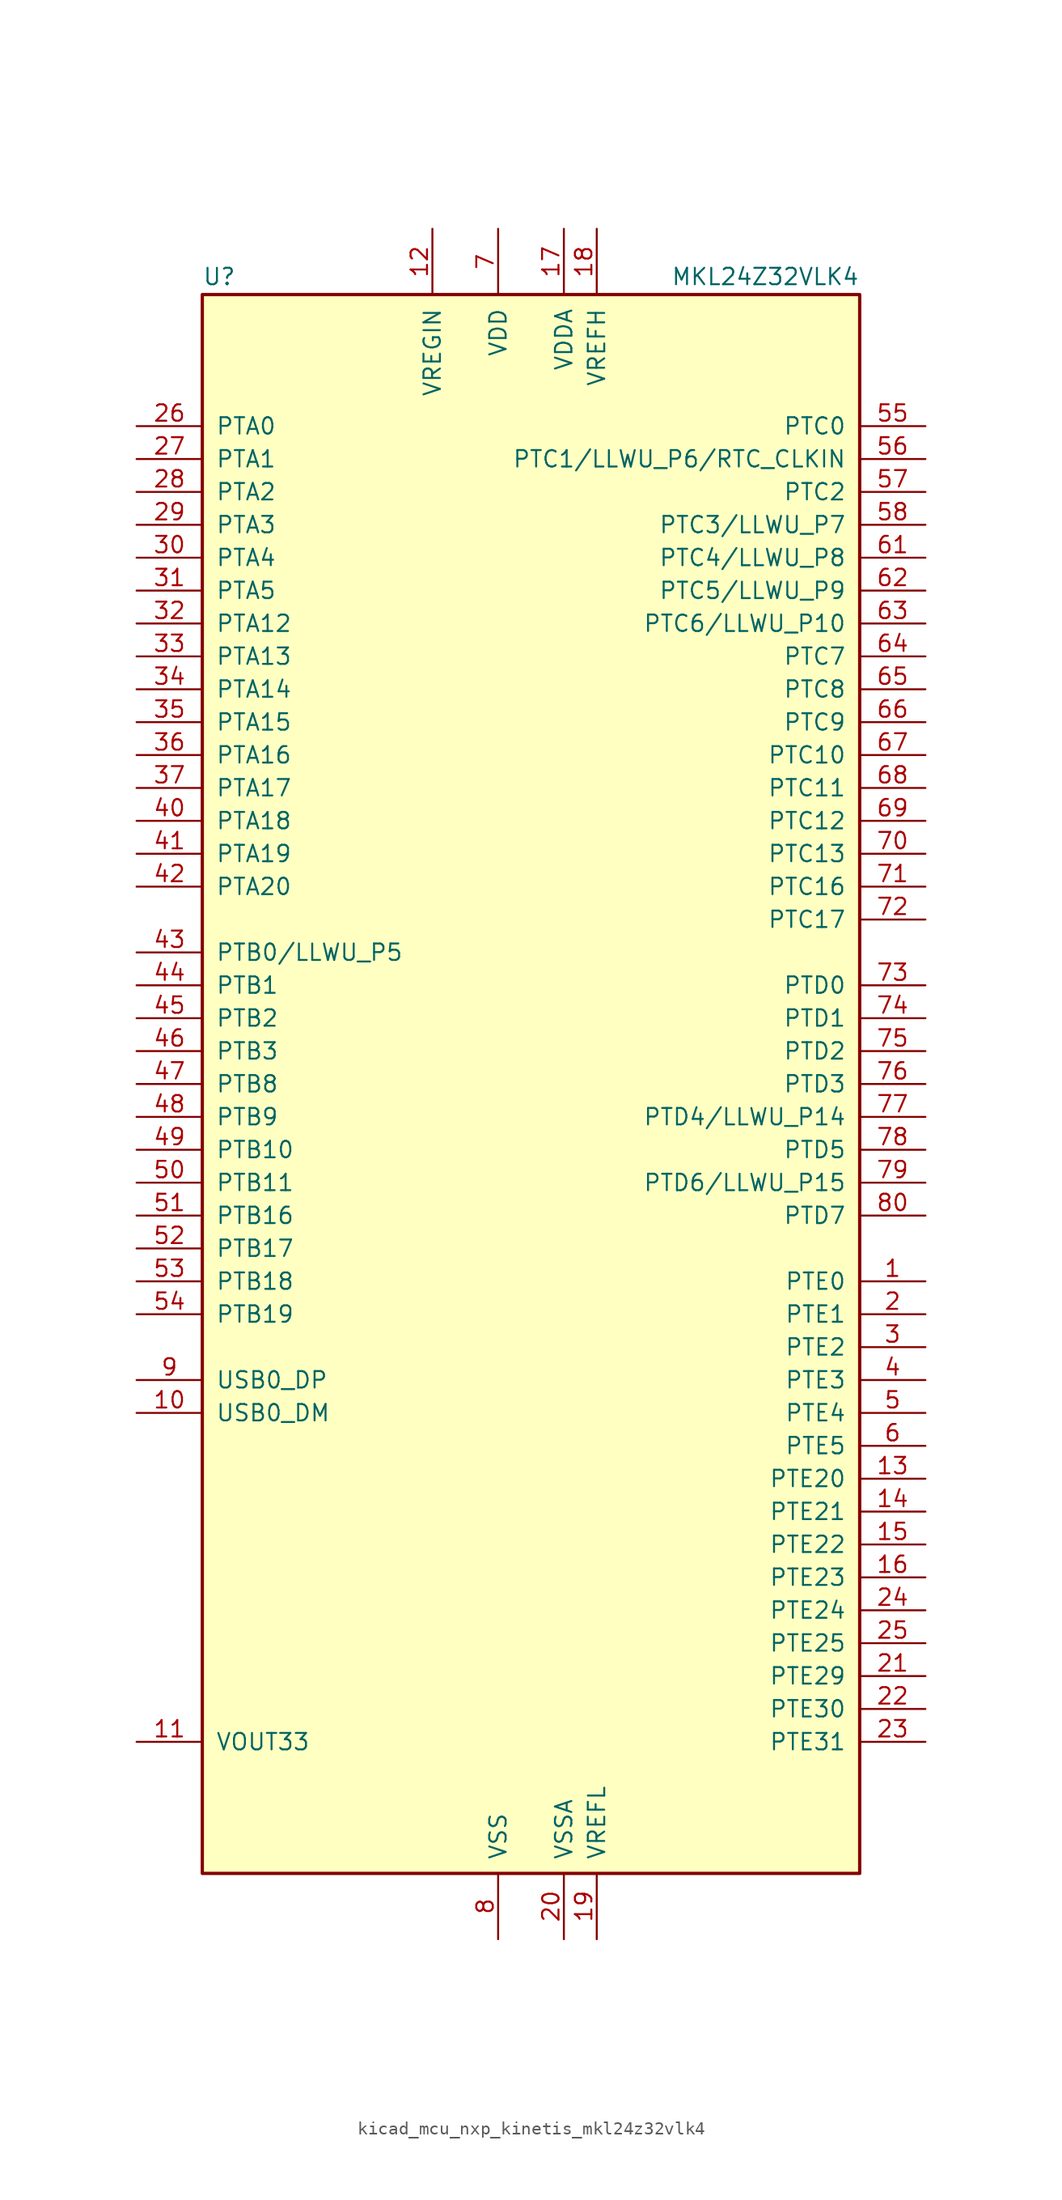
<source format=kicad_sym>
(kicad_symbol_lib
  (version 20220914)
  (generator kicad_symbol_editor)
  (symbol "kicad_mcu_nxp_kinetis_mkl24z32vlk4"
    (pin_names
      (offset 1.016))
    (property "Reference" "U"
      (at -25.4 61.595 0)
      (effects (font (size 1.27 1.27)) (justify left bottom)))
    (property "Value" "MKL24Z32VLK4"
      (at 25.4 61.595 0)
      (effects (font (size 1.27 1.27)) (justify right bottom)))
    (symbol "kicad_mcu_nxp_kinetis_mkl24z32vlk4_0_1"
      (rectangle (start -25.4 60.96) (end 25.4 -60.96) (stroke (width 0.254) (type default)) (fill (type background))))
    (symbol "kicad_mcu_nxp_kinetis_mkl24z32vlk4_1_1"
      (pin bidirectional line (at 30.48 -15.24 180) (length 5.08) (name "PTE0" (effects (font (size 1.27 1.27)))) (number "1" (effects (font (size 1.27 1.27)))))
      (pin bidirectional line (at -30.48 -25.4 0) (length 5.08) (name "USB0_DM" (effects (font (size 1.27 1.27)))) (number "10" (effects (font (size 1.27 1.27)))))
      (pin power_out line (at -30.48 -50.8 0) (length 5.08) (name "VOUT33" (effects (font (size 1.27 1.27)))) (number "11" (effects (font (size 1.27 1.27)))))
      (pin power_in line (at -7.62 66.04 270) (length 5.08) (name "VREGIN" (effects (font (size 1.27 1.27)))) (number "12" (effects (font (size 1.27 1.27)))))
      (pin bidirectional line (at 30.48 -30.48 180) (length 5.08) (name "PTE20" (effects (font (size 1.27 1.27)))) (number "13" (effects (font (size 1.27 1.27)))))
      (pin bidirectional line (at 30.48 -33.02 180) (length 5.08) (name "PTE21" (effects (font (size 1.27 1.27)))) (number "14" (effects (font (size 1.27 1.27)))))
      (pin bidirectional line (at 30.48 -35.56 180) (length 5.08) (name "PTE22" (effects (font (size 1.27 1.27)))) (number "15" (effects (font (size 1.27 1.27)))))
      (pin bidirectional line (at 30.48 -38.1 180) (length 5.08) (name "PTE23" (effects (font (size 1.27 1.27)))) (number "16" (effects (font (size 1.27 1.27)))))
      (pin power_in line (at 2.54 66.04 270) (length 5.08) (name "VDDA" (effects (font (size 1.27 1.27)))) (number "17" (effects (font (size 1.27 1.27)))))
      (pin power_in line (at 5.08 66.04 270) (length 5.08) (name "VREFH" (effects (font (size 1.27 1.27)))) (number "18" (effects (font (size 1.27 1.27)))))
      (pin power_in line (at 5.08 -66.04 90) (length 5.08) (name "VREFL" (effects (font (size 1.27 1.27)))) (number "19" (effects (font (size 1.27 1.27)))))
      (pin bidirectional line (at 30.48 -17.78 180) (length 5.08) (name "PTE1" (effects (font (size 1.27 1.27)))) (number "2" (effects (font (size 1.27 1.27)))))
      (pin power_in line (at 2.54 -66.04 90) (length 5.08) (name "VSSA" (effects (font (size 1.27 1.27)))) (number "20" (effects (font (size 1.27 1.27)))))
      (pin bidirectional line (at 30.48 -45.72 180) (length 5.08) (name "PTE29" (effects (font (size 1.27 1.27)))) (number "21" (effects (font (size 1.27 1.27)))))
      (pin bidirectional line (at 30.48 -48.26 180) (length 5.08) (name "PTE30" (effects (font (size 1.27 1.27)))) (number "22" (effects (font (size 1.27 1.27)))))
      (pin bidirectional line (at 30.48 -50.8 180) (length 5.08) (name "PTE31" (effects (font (size 1.27 1.27)))) (number "23" (effects (font (size 1.27 1.27)))))
      (pin bidirectional line (at 30.48 -40.64 180) (length 5.08) (name "PTE24" (effects (font (size 1.27 1.27)))) (number "24" (effects (font (size 1.27 1.27)))))
      (pin bidirectional line (at 30.48 -43.18 180) (length 5.08) (name "PTE25" (effects (font (size 1.27 1.27)))) (number "25" (effects (font (size 1.27 1.27)))))
      (pin bidirectional line (at -30.48 50.8 0) (length 5.08) (name "PTA0" (effects (font (size 1.27 1.27)))) (number "26" (effects (font (size 1.27 1.27)))))
      (pin bidirectional line (at -30.48 48.26 0) (length 5.08) (name "PTA1" (effects (font (size 1.27 1.27)))) (number "27" (effects (font (size 1.27 1.27)))))
      (pin bidirectional line (at -30.48 45.72 0) (length 5.08) (name "PTA2" (effects (font (size 1.27 1.27)))) (number "28" (effects (font (size 1.27 1.27)))))
      (pin bidirectional line (at -30.48 43.18 0) (length 5.08) (name "PTA3" (effects (font (size 1.27 1.27)))) (number "29" (effects (font (size 1.27 1.27)))))
      (pin bidirectional line (at 30.48 -20.32 180) (length 5.08) (name "PTE2" (effects (font (size 1.27 1.27)))) (number "3" (effects (font (size 1.27 1.27)))))
      (pin bidirectional line (at -30.48 40.64 0) (length 5.08) (name "PTA4" (effects (font (size 1.27 1.27)))) (number "30" (effects (font (size 1.27 1.27)))))
      (pin bidirectional line (at -30.48 38.1 0) (length 5.08) (name "PTA5" (effects (font (size 1.27 1.27)))) (number "31" (effects (font (size 1.27 1.27)))))
      (pin bidirectional line (at -30.48 35.56 0) (length 5.08) (name "PTA12" (effects (font (size 1.27 1.27)))) (number "32" (effects (font (size 1.27 1.27)))))
      (pin bidirectional line (at -30.48 33.02 0) (length 5.08) (name "PTA13" (effects (font (size 1.27 1.27)))) (number "33" (effects (font (size 1.27 1.27)))))
      (pin bidirectional line (at -30.48 30.48 0) (length 5.08) (name "PTA14" (effects (font (size 1.27 1.27)))) (number "34" (effects (font (size 1.27 1.27)))))
      (pin bidirectional line (at -30.48 27.94 0) (length 5.08) (name "PTA15" (effects (font (size 1.27 1.27)))) (number "35" (effects (font (size 1.27 1.27)))))
      (pin bidirectional line (at -30.48 25.4 0) (length 5.08) (name "PTA16" (effects (font (size 1.27 1.27)))) (number "36" (effects (font (size 1.27 1.27)))))
      (pin bidirectional line (at -30.48 22.86 0) (length 5.08) (name "PTA17" (effects (font (size 1.27 1.27)))) (number "37" (effects (font (size 1.27 1.27)))))
      (pin passive line (at -2.54 66.04 270) (length 5.08) hide (name "VDD" (effects (font (size 1.27 1.27)))) (number "38" (effects (font (size 1.27 1.27)))))
      (pin passive line (at -2.54 -66.04 90) (length 5.08) hide (name "VSS" (effects (font (size 1.27 1.27)))) (number "39" (effects (font (size 1.27 1.27)))))
      (pin bidirectional line (at 30.48 -22.86 180) (length 5.08) (name "PTE3" (effects (font (size 1.27 1.27)))) (number "4" (effects (font (size 1.27 1.27)))))
      (pin bidirectional line (at -30.48 20.32 0) (length 5.08) (name "PTA18" (effects (font (size 1.27 1.27)))) (number "40" (effects (font (size 1.27 1.27)))))
      (pin bidirectional line (at -30.48 17.78 0) (length 5.08) (name "PTA19" (effects (font (size 1.27 1.27)))) (number "41" (effects (font (size 1.27 1.27)))))
      (pin bidirectional line (at -30.48 15.24 0) (length 5.08) (name "PTA20" (effects (font (size 1.27 1.27)))) (number "42" (effects (font (size 1.27 1.27)))))
      (pin bidirectional line (at -30.48 10.16 0) (length 5.08) (name "PTB0/LLWU_P5" (effects (font (size 1.27 1.27)))) (number "43" (effects (font (size 1.27 1.27)))))
      (pin bidirectional line (at -30.48 7.62 0) (length 5.08) (name "PTB1" (effects (font (size 1.27 1.27)))) (number "44" (effects (font (size 1.27 1.27)))))
      (pin bidirectional line (at -30.48 5.08 0) (length 5.08) (name "PTB2" (effects (font (size 1.27 1.27)))) (number "45" (effects (font (size 1.27 1.27)))))
      (pin bidirectional line (at -30.48 2.54 0) (length 5.08) (name "PTB3" (effects (font (size 1.27 1.27)))) (number "46" (effects (font (size 1.27 1.27)))))
      (pin bidirectional line (at -30.48 0 0) (length 5.08) (name "PTB8" (effects (font (size 1.27 1.27)))) (number "47" (effects (font (size 1.27 1.27)))))
      (pin bidirectional line (at -30.48 -2.54 0) (length 5.08) (name "PTB9" (effects (font (size 1.27 1.27)))) (number "48" (effects (font (size 1.27 1.27)))))
      (pin bidirectional line (at -30.48 -5.08 0) (length 5.08) (name "PTB10" (effects (font (size 1.27 1.27)))) (number "49" (effects (font (size 1.27 1.27)))))
      (pin bidirectional line (at 30.48 -25.4 180) (length 5.08) (name "PTE4" (effects (font (size 1.27 1.27)))) (number "5" (effects (font (size 1.27 1.27)))))
      (pin bidirectional line (at -30.48 -7.62 0) (length 5.08) (name "PTB11" (effects (font (size 1.27 1.27)))) (number "50" (effects (font (size 1.27 1.27)))))
      (pin bidirectional line (at -30.48 -10.16 0) (length 5.08) (name "PTB16" (effects (font (size 1.27 1.27)))) (number "51" (effects (font (size 1.27 1.27)))))
      (pin bidirectional line (at -30.48 -12.7 0) (length 5.08) (name "PTB17" (effects (font (size 1.27 1.27)))) (number "52" (effects (font (size 1.27 1.27)))))
      (pin bidirectional line (at -30.48 -15.24 0) (length 5.08) (name "PTB18" (effects (font (size 1.27 1.27)))) (number "53" (effects (font (size 1.27 1.27)))))
      (pin bidirectional line (at -30.48 -17.78 0) (length 5.08) (name "PTB19" (effects (font (size 1.27 1.27)))) (number "54" (effects (font (size 1.27 1.27)))))
      (pin bidirectional line (at 30.48 50.8 180) (length 5.08) (name "PTC0" (effects (font (size 1.27 1.27)))) (number "55" (effects (font (size 1.27 1.27)))))
      (pin bidirectional line (at 30.48 48.26 180) (length 5.08) (name "PTC1/LLWU_P6/RTC_CLKIN" (effects (font (size 1.27 1.27)))) (number "56" (effects (font (size 1.27 1.27)))))
      (pin bidirectional line (at 30.48 45.72 180) (length 5.08) (name "PTC2" (effects (font (size 1.27 1.27)))) (number "57" (effects (font (size 1.27 1.27)))))
      (pin bidirectional line (at 30.48 43.18 180) (length 5.08) (name "PTC3/LLWU_P7" (effects (font (size 1.27 1.27)))) (number "58" (effects (font (size 1.27 1.27)))))
      (pin passive line (at -2.54 -66.04 90) (length 5.08) hide (name "VSS" (effects (font (size 1.27 1.27)))) (number "59" (effects (font (size 1.27 1.27)))))
      (pin bidirectional line (at 30.48 -27.94 180) (length 5.08) (name "PTE5" (effects (font (size 1.27 1.27)))) (number "6" (effects (font (size 1.27 1.27)))))
      (pin passive line (at -2.54 66.04 270) (length 5.08) hide (name "VDD" (effects (font (size 1.27 1.27)))) (number "60" (effects (font (size 1.27 1.27)))))
      (pin bidirectional line (at 30.48 40.64 180) (length 5.08) (name "PTC4/LLWU_P8" (effects (font (size 1.27 1.27)))) (number "61" (effects (font (size 1.27 1.27)))))
      (pin bidirectional line (at 30.48 38.1 180) (length 5.08) (name "PTC5/LLWU_P9" (effects (font (size 1.27 1.27)))) (number "62" (effects (font (size 1.27 1.27)))))
      (pin bidirectional line (at 30.48 35.56 180) (length 5.08) (name "PTC6/LLWU_P10" (effects (font (size 1.27 1.27)))) (number "63" (effects (font (size 1.27 1.27)))))
      (pin bidirectional line (at 30.48 33.02 180) (length 5.08) (name "PTC7" (effects (font (size 1.27 1.27)))) (number "64" (effects (font (size 1.27 1.27)))))
      (pin bidirectional line (at 30.48 30.48 180) (length 5.08) (name "PTC8" (effects (font (size 1.27 1.27)))) (number "65" (effects (font (size 1.27 1.27)))))
      (pin bidirectional line (at 30.48 27.94 180) (length 5.08) (name "PTC9" (effects (font (size 1.27 1.27)))) (number "66" (effects (font (size 1.27 1.27)))))
      (pin bidirectional line (at 30.48 25.4 180) (length 5.08) (name "PTC10" (effects (font (size 1.27 1.27)))) (number "67" (effects (font (size 1.27 1.27)))))
      (pin bidirectional line (at 30.48 22.86 180) (length 5.08) (name "PTC11" (effects (font (size 1.27 1.27)))) (number "68" (effects (font (size 1.27 1.27)))))
      (pin bidirectional line (at 30.48 20.32 180) (length 5.08) (name "PTC12" (effects (font (size 1.27 1.27)))) (number "69" (effects (font (size 1.27 1.27)))))
      (pin power_in line (at -2.54 66.04 270) (length 5.08) (name "VDD" (effects (font (size 1.27 1.27)))) (number "7" (effects (font (size 1.27 1.27)))))
      (pin bidirectional line (at 30.48 17.78 180) (length 5.08) (name "PTC13" (effects (font (size 1.27 1.27)))) (number "70" (effects (font (size 1.27 1.27)))))
      (pin bidirectional line (at 30.48 15.24 180) (length 5.08) (name "PTC16" (effects (font (size 1.27 1.27)))) (number "71" (effects (font (size 1.27 1.27)))))
      (pin bidirectional line (at 30.48 12.7 180) (length 5.08) (name "PTC17" (effects (font (size 1.27 1.27)))) (number "72" (effects (font (size 1.27 1.27)))))
      (pin bidirectional line (at 30.48 7.62 180) (length 5.08) (name "PTD0" (effects (font (size 1.27 1.27)))) (number "73" (effects (font (size 1.27 1.27)))))
      (pin bidirectional line (at 30.48 5.08 180) (length 5.08) (name "PTD1" (effects (font (size 1.27 1.27)))) (number "74" (effects (font (size 1.27 1.27)))))
      (pin bidirectional line (at 30.48 2.54 180) (length 5.08) (name "PTD2" (effects (font (size 1.27 1.27)))) (number "75" (effects (font (size 1.27 1.27)))))
      (pin bidirectional line (at 30.48 0 180) (length 5.08) (name "PTD3" (effects (font (size 1.27 1.27)))) (number "76" (effects (font (size 1.27 1.27)))))
      (pin bidirectional line (at 30.48 -2.54 180) (length 5.08) (name "PTD4/LLWU_P14" (effects (font (size 1.27 1.27)))) (number "77" (effects (font (size 1.27 1.27)))))
      (pin bidirectional line (at 30.48 -5.08 180) (length 5.08) (name "PTD5" (effects (font (size 1.27 1.27)))) (number "78" (effects (font (size 1.27 1.27)))))
      (pin bidirectional line (at 30.48 -7.62 180) (length 5.08) (name "PTD6/LLWU_P15" (effects (font (size 1.27 1.27)))) (number "79" (effects (font (size 1.27 1.27)))))
      (pin power_in line (at -2.54 -66.04 90) (length 5.08) (name "VSS" (effects (font (size 1.27 1.27)))) (number "8" (effects (font (size 1.27 1.27)))))
      (pin bidirectional line (at 30.48 -10.16 180) (length 5.08) (name "PTD7" (effects (font (size 1.27 1.27)))) (number "80" (effects (font (size 1.27 1.27)))))
      (pin bidirectional line (at -30.48 -22.86 0) (length 5.08) (name "USB0_DP" (effects (font (size 1.27 1.27)))) (number "9" (effects (font (size 1.27 1.27))))))))
</source>
